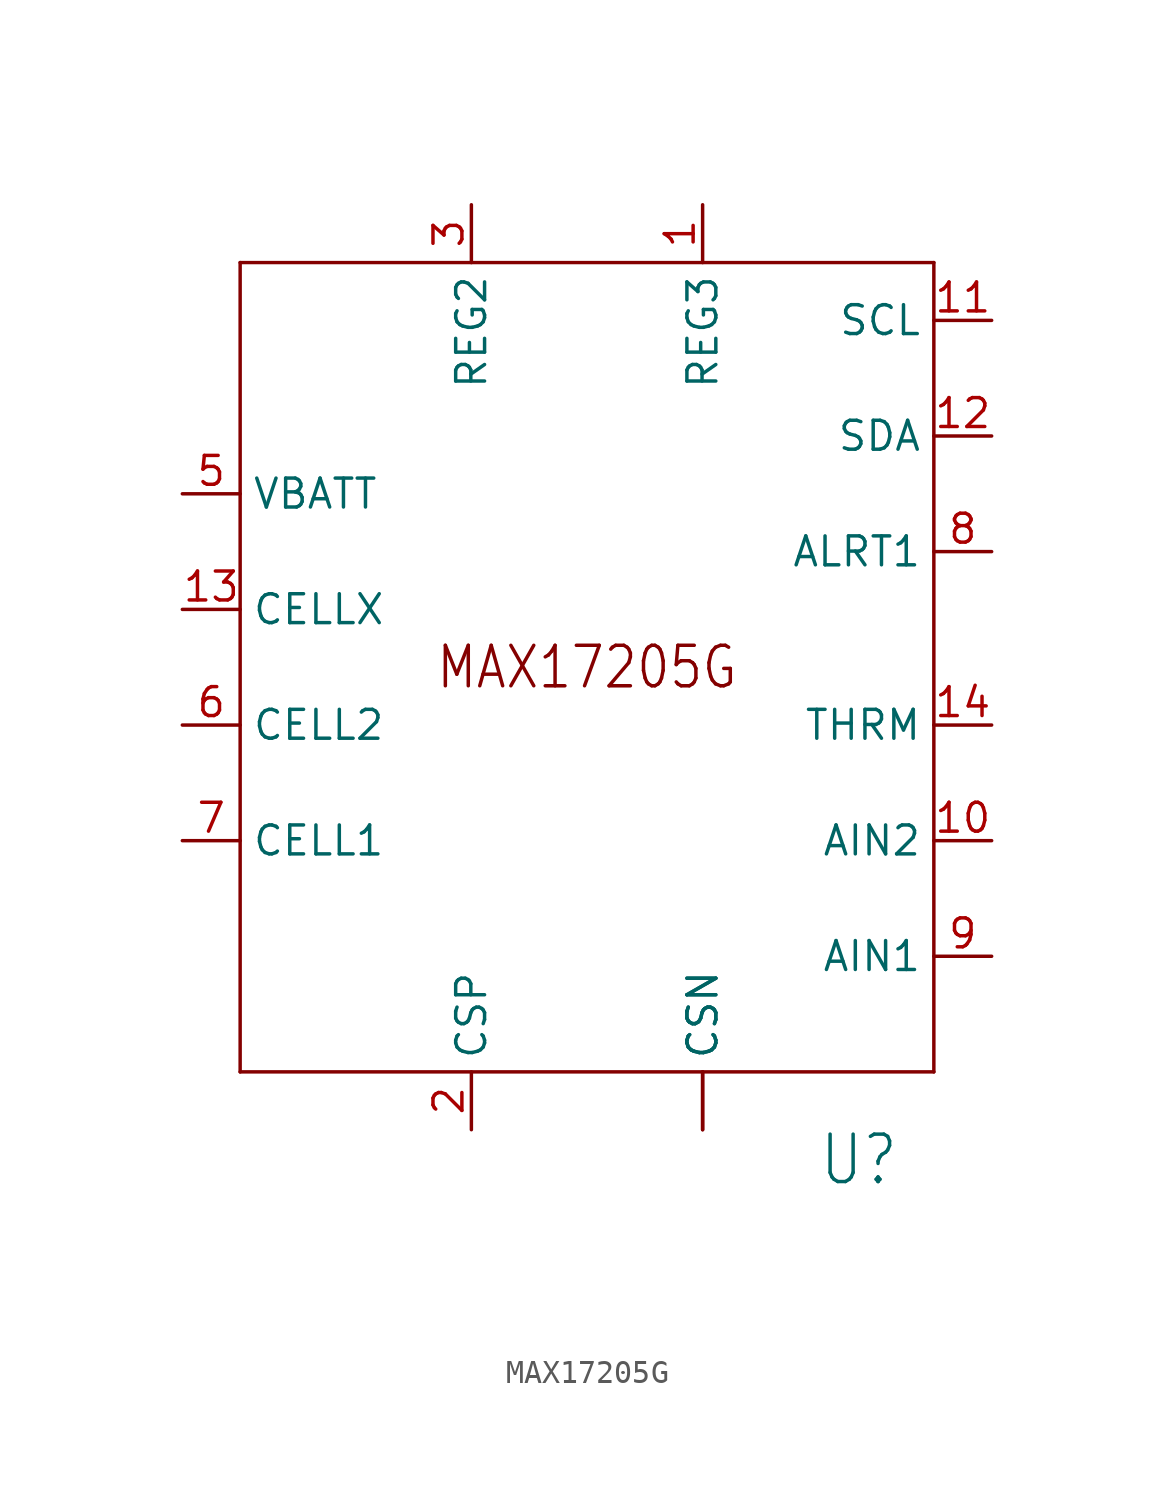
<source format=kicad_sym>
(kicad_symbol_lib
  (version 20220914)
  (generator kicad_symbol_editor)
  (symbol "MAX17205G"
    (property "Reference" "U"
      (at 10.16 -22.86 0)
      (effects (font (size 2.083 1.77)) (justify left bottom)))
    (property "Value" ""
      (at 10.16 -25.4 0)
      (effects (font (size 2.083 1.77)) (justify left bottom)))
    (property "ki_locked" ""
      (at 0 0 0)
      (effects (font (size 1.27 1.27))))
    (symbol "MAX17205G_1_0"
      (polyline (pts (xy -15.24 -17.78) (xy 15.24 -17.78)) (stroke (width 0.152) (type solid)) (fill (type none)))
      (polyline (pts (xy -15.24 17.78) (xy -15.24 -17.78)) (stroke (width 0.152) (type solid)) (fill (type none)))
      (polyline (pts (xy 15.24 -17.78) (xy 15.24 17.78)) (stroke (width 0.152) (type solid)) (fill (type none)))
      (polyline (pts (xy 15.24 17.78) (xy -15.24 17.78)) (stroke (width 0.152) (type solid)) (fill (type none)))
      (text "MAX17205G" (at 0 0 0) (effects (font (size 1.778 1.511))))
      (pin power_in line (at 5.08 20.32 270) (length 2.54) (name "REG3" (effects (font (size 1.27 1.27)))) (number "1" (effects (font (size 1.27 1.27)))))
      (pin input line (at 17.78 -7.62 180) (length 2.54) (name "AIN2" (effects (font (size 1.27 1.27)))) (number "10" (effects (font (size 1.27 1.27)))))
      (pin input line (at 17.78 15.24 180) (length 2.54) (name "SCL" (effects (font (size 1.27 1.27)))) (number "11" (effects (font (size 1.27 1.27)))))
      (pin bidirectional line (at 17.78 10.16 180) (length 2.54) (name "SDA" (effects (font (size 1.27 1.27)))) (number "12" (effects (font (size 1.27 1.27)))))
      (pin passive line (at -17.78 2.54 0) (length 2.54) (name "CELLX" (effects (font (size 1.27 1.27)))) (number "13" (effects (font (size 1.27 1.27)))))
      (pin passive line (at 17.78 -2.54 180) (length 2.54) (name "THRM" (effects (font (size 1.27 1.27)))) (number "14" (effects (font (size 1.27 1.27)))))
      (pin passive line (at -5.08 -20.32 90) (length 2.54) (name "CSP" (effects (font (size 1.27 1.27)))) (number "2" (effects (font (size 1.27 1.27)))))
      (pin power_in line (at -5.08 20.32 270) (length 2.54) (name "REG2" (effects (font (size 1.27 1.27)))) (number "3" (effects (font (size 1.27 1.27)))))
      (pin passive line (at 5.08 -20.32 90) (length 2.54) (name "CSN" (effects (font (size 1.27 1.27)))) (number "4" (effects (font (size 0 0)))))
      (pin power_in line (at -17.78 7.62 0) (length 2.54) (name "VBATT" (effects (font (size 1.27 1.27)))) (number "5" (effects (font (size 1.27 1.27)))))
      (pin passive line (at -17.78 -2.54 0) (length 2.54) (name "CELL2" (effects (font (size 1.27 1.27)))) (number "6" (effects (font (size 1.27 1.27)))))
      (pin passive line (at -17.78 -7.62 0) (length 2.54) (name "CELL1" (effects (font (size 1.27 1.27)))) (number "7" (effects (font (size 1.27 1.27)))))
      (pin output line (at 17.78 5.08 180) (length 2.54) (name "ALRT1" (effects (font (size 1.27 1.27)))) (number "8" (effects (font (size 1.27 1.27)))))
      (pin input line (at 17.78 -12.7 180) (length 2.54) (name "AIN1" (effects (font (size 1.27 1.27)))) (number "9" (effects (font (size 1.27 1.27)))))
      (pin passive line (at 5.08 -20.32 90) (length 2.54) (name "CSN" (effects (font (size 1.27 1.27)))) (number "EP" (effects (font (size 0 0))))))))
</source>
